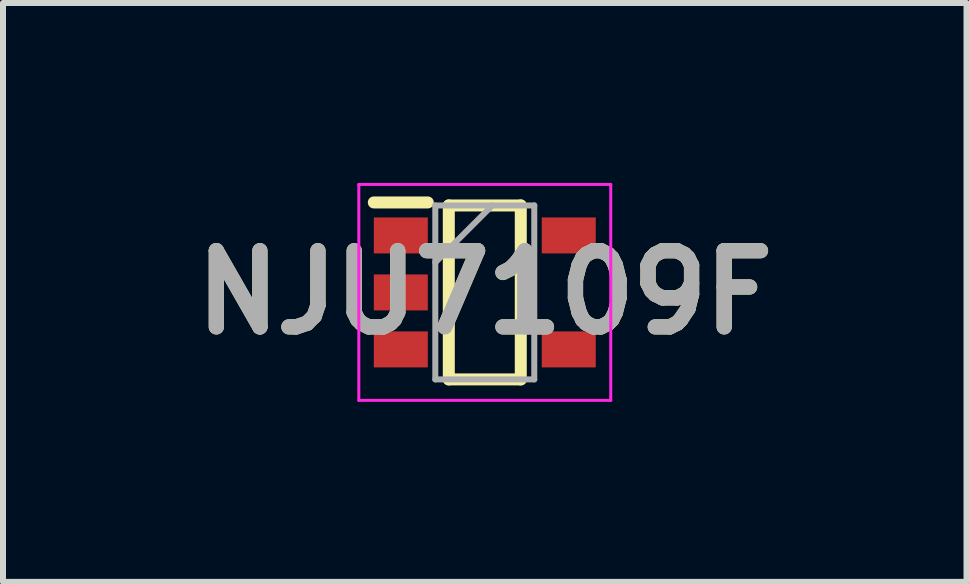
<source format=kicad_pcb>
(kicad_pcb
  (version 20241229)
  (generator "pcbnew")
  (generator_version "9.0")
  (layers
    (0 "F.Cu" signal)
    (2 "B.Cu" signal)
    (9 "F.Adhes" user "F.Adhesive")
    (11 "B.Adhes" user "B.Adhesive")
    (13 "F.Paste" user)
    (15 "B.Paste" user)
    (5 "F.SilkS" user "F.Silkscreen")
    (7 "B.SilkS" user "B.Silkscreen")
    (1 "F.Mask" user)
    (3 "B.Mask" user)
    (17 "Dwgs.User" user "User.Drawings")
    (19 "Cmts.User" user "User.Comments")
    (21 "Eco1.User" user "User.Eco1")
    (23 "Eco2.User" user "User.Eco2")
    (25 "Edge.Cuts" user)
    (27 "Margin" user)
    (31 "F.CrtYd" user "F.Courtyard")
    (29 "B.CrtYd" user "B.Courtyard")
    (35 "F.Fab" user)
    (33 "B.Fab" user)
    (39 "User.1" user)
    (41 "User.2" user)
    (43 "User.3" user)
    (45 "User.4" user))
  (footprint "NJU7109F"
    (layer "F.Cu")
    (at 5.032 1.825)
    (property "Reference" "NJU7109F" (at 0 0 0) (layer "F.SilkS") (effects (font (size 1.27 1.27) (thickness 0.254))))
    (attr smd)
    (fp_line (start -1.85 -1.5) (end -0.95 -1.5) (stroke (width 0.2) (type solid)) (layer "F.SilkS"))
    (fp_line (start -0.6 -1.45) (end 0.6 -1.45) (stroke (width 0.2) (type solid)) (layer "F.SilkS"))
    (fp_line (start -0.6 1.45) (end -0.6 -1.45) (stroke (width 0.2) (type solid)) (layer "F.SilkS"))
    (fp_line (start 0.6 -1.45) (end 0.6 1.45) (stroke (width 0.2) (type solid)) (layer "F.SilkS"))
    (fp_line (start 0.6 1.45) (end -0.6 1.45) (stroke (width 0.2) (type solid)) (layer "F.SilkS"))
    (fp_line (start -2.1 -1.8) (end 2.1 -1.8) (stroke (width 0.05) (type solid)) (layer "F.CrtYd"))
    (fp_line (start -2.1 1.8) (end -2.1 -1.8) (stroke (width 0.05) (type solid)) (layer "F.CrtYd"))
    (fp_line (start 2.1 -1.8) (end 2.1 1.8) (stroke (width 0.05) (type solid)) (layer "F.CrtYd"))
    (fp_line (start 2.1 1.8) (end -2.1 1.8) (stroke (width 0.05) (type solid)) (layer "F.CrtYd"))
    (fp_line (start -0.825 -1.45) (end 0.825 -1.45) (stroke (width 0.1) (type solid)) (layer "F.Fab"))
    (fp_line (start -0.825 -0.5) (end 0.125 -1.45) (stroke (width 0.1) (type solid)) (layer "F.Fab"))
    (fp_line (start -0.825 1.45) (end -0.825 -1.45) (stroke (width 0.1) (type solid)) (layer "F.Fab"))
    (fp_line (start 0.825 -1.45) (end 0.825 1.45) (stroke (width 0.1) (type solid)) (layer "F.Fab"))
    (fp_line (start 0.825 1.45) (end -0.825 1.45) (stroke (width 0.1) (type solid)) (layer "F.Fab"))
    (fp_text user "${REFERENCE}" (at 0 0 0) (layer "F.Fab") (effects (font (size 1.27 1.27) (thickness 0.254))))
    (pad "1" smd rect (at -1.4 -0.95 90) (size 0.6 0.9) (layers "F.Cu" "F.Mask" "F.Paste"))
    (pad "2" smd rect (at -1.4 0 90) (size 0.6 0.9) (layers "F.Cu" "F.Mask" "F.Paste"))
    (pad "3" smd rect (at -1.4 0.95 90) (size 0.6 0.9) (layers "F.Cu" "F.Mask" "F.Paste"))
    (pad "4" smd rect (at 1.4 0.95 90) (size 0.6 0.9) (layers "F.Cu" "F.Mask" "F.Paste"))
    (pad "5" smd rect (at 1.4 -0.95 90) (size 0.6 0.9) (layers "F.Cu" "F.Mask" "F.Paste")))
  (gr_rect
    (start -3 -3)
    (end 13.063 6.65)
    (stroke (width 0.1) (type default))
    (fill no)
    (layer "Edge.Cuts")))
</source>
